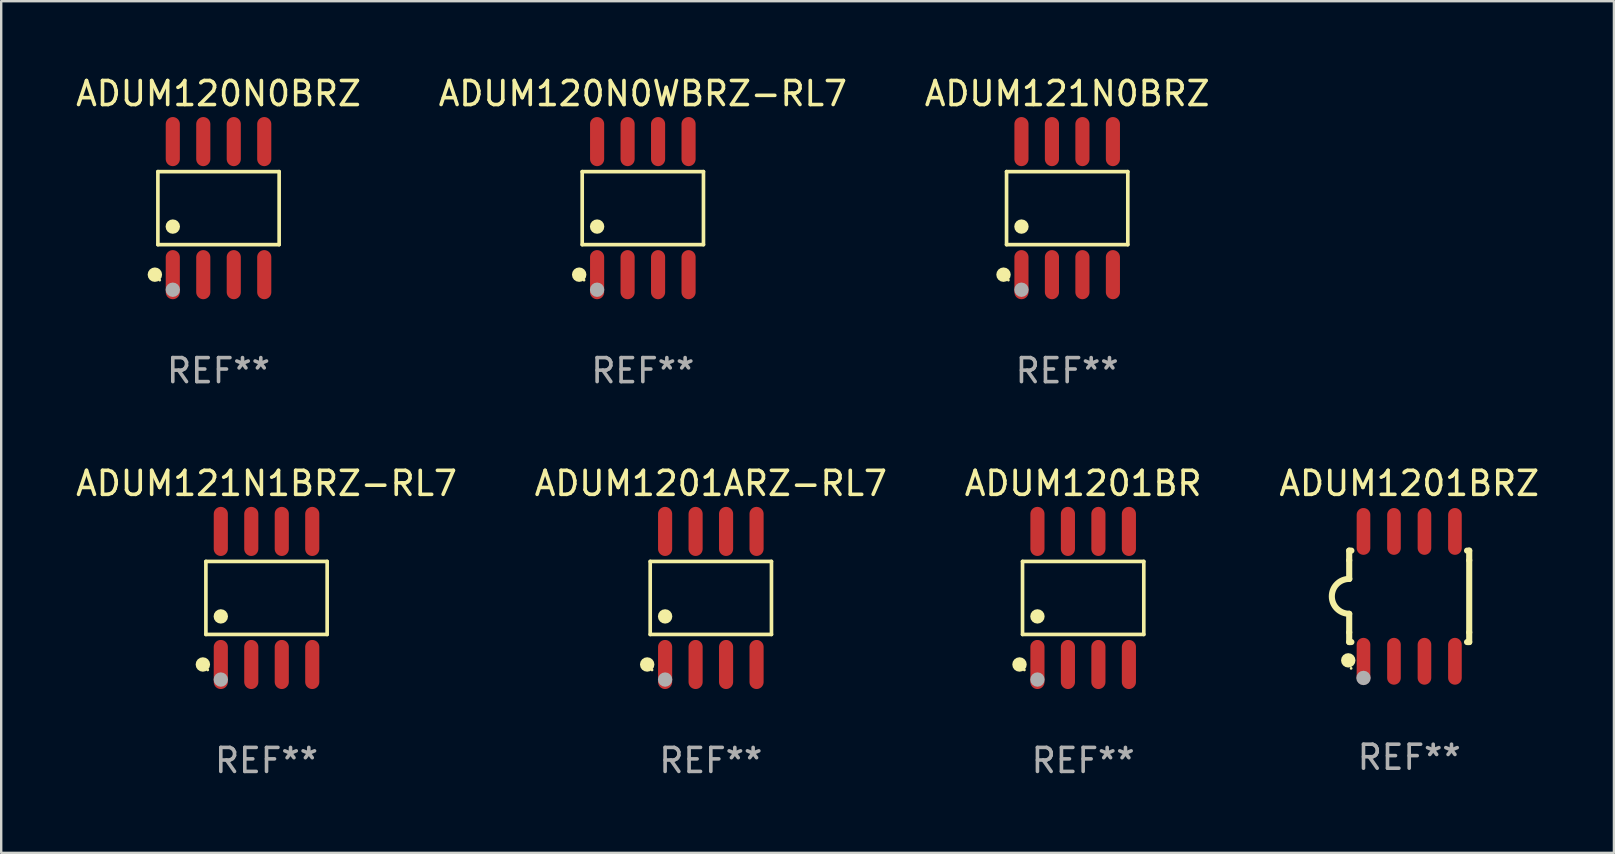
<source format=kicad_pcb>
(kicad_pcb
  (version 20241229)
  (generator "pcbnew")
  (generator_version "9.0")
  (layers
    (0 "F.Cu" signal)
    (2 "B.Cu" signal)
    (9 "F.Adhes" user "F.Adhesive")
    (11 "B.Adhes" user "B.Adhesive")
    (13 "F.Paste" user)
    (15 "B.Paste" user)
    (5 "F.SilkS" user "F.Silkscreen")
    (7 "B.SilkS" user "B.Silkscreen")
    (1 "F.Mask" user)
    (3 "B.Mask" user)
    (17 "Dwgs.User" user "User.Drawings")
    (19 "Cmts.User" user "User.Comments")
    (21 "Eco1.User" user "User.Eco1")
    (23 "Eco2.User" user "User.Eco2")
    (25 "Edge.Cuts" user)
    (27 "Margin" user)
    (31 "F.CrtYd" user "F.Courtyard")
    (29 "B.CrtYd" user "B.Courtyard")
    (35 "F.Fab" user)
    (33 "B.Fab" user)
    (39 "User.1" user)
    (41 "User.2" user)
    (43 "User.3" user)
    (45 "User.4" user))
  (footprint "ADUM120N0WBRZ-RL7"
    (layer "F.Cu")
    (at 23.732 5.621)
    (property "Reference" "ADUM120N0WBRZ-RL7" (at 0 -4.772 0) (layer "F.SilkS") (effects (font (size 1 1) (thickness 0.15))))
    (attr through_hole)
    (fp_line (start -2.526 -1.521) (end 2.526 -1.521) (stroke (width 0.152) (type solid)) (layer "F.SilkS"))
    (fp_line (start -2.526 1.521) (end -2.526 -1.521) (stroke (width 0.152) (type solid)) (layer "F.SilkS"))
    (fp_line (start 2.526 -1.521) (end 2.526 1.521) (stroke (width 0.152) (type solid)) (layer "F.SilkS"))
    (fp_line (start 2.526 1.521) (end -2.526 1.521) (stroke (width 0.152) (type solid)) (layer "F.SilkS"))
    (fp_circle (center -2.652 2.772) (end -2.501 2.772) (stroke (width 0.3) (type solid)) (fill no) (layer "F.SilkS"))
    (fp_circle (center -2.45 3) (end -2.42 3) (stroke (width 0.06) (type solid)) (fill no) (layer "F.SilkS"))
    (fp_circle (center -1.905 0.769) (end -1.755 0.769) (stroke (width 0.3) (type solid)) (fill no) (layer "F.SilkS"))
    (fp_circle (center -1.905 3.4) (end -1.755 3.4) (stroke (width 0.3) (type solid)) (fill no) (layer "F.Fab"))
    (fp_text user "REF**" (at 0 6.772 0) (layer "F.Fab") (effects (font (size 1 1) (thickness 0.15))))
    (pad "1" smd oval (at -1.905 2.772) (size 0.588 2.045) (layers "F.Cu" "F.Mask" "F.Paste"))
    (pad "2" smd oval (at -0.635 2.772) (size 0.588 2.045) (layers "F.Cu" "F.Mask" "F.Paste"))
    (pad "3" smd oval (at 0.635 2.772) (size 0.588 2.045) (layers "F.Cu" "F.Mask" "F.Paste"))
    (pad "4" smd oval (at 1.905 2.772) (size 0.588 2.045) (layers "F.Cu" "F.Mask" "F.Paste"))
    (pad "5" smd oval (at 1.905 -2.772) (size 0.588 2.045) (layers "F.Cu" "F.Mask" "F.Paste"))
    (pad "6" smd oval (at 0.635 -2.772) (size 0.588 2.045) (layers "F.Cu" "F.Mask" "F.Paste"))
    (pad "7" smd oval (at -0.635 -2.772) (size 0.588 2.045) (layers "F.Cu" "F.Mask" "F.Paste"))
    (pad "8" smd oval (at -1.905 -2.772) (size 0.588 2.045) (layers "F.Cu" "F.Mask" "F.Paste")))
  (footprint "ADUM121N0BRZ"
    (layer "F.Cu")
    (at 41.411 5.621)
    (property "Reference" "ADUM121N0BRZ" (at 0 -4.772 0) (layer "F.SilkS") (effects (font (size 1 1) (thickness 0.15))))
    (attr through_hole)
    (fp_line (start -2.526 -1.521) (end 2.526 -1.521) (stroke (width 0.152) (type solid)) (layer "F.SilkS"))
    (fp_line (start -2.526 1.521) (end -2.526 -1.521) (stroke (width 0.152) (type solid)) (layer "F.SilkS"))
    (fp_line (start 2.526 -1.521) (end 2.526 1.521) (stroke (width 0.152) (type solid)) (layer "F.SilkS"))
    (fp_line (start 2.526 1.521) (end -2.526 1.521) (stroke (width 0.152) (type solid)) (layer "F.SilkS"))
    (fp_circle (center -2.652 2.772) (end -2.501 2.772) (stroke (width 0.3) (type solid)) (fill no) (layer "F.SilkS"))
    (fp_circle (center -2.45 3) (end -2.42 3) (stroke (width 0.06) (type solid)) (fill no) (layer "F.SilkS"))
    (fp_circle (center -1.905 0.769) (end -1.755 0.769) (stroke (width 0.3) (type solid)) (fill no) (layer "F.SilkS"))
    (fp_circle (center -1.905 3.4) (end -1.755 3.4) (stroke (width 0.3) (type solid)) (fill no) (layer "F.Fab"))
    (fp_text user "REF**" (at 0 6.772 0) (layer "F.Fab") (effects (font (size 1 1) (thickness 0.15))))
    (pad "1" smd oval (at -1.905 2.772) (size 0.588 2.045) (layers "F.Cu" "F.Mask" "F.Paste"))
    (pad "2" smd oval (at -0.635 2.772) (size 0.588 2.045) (layers "F.Cu" "F.Mask" "F.Paste"))
    (pad "3" smd oval (at 0.635 2.772) (size 0.588 2.045) (layers "F.Cu" "F.Mask" "F.Paste"))
    (pad "4" smd oval (at 1.905 2.772) (size 0.588 2.045) (layers "F.Cu" "F.Mask" "F.Paste"))
    (pad "5" smd oval (at 1.905 -2.772) (size 0.588 2.045) (layers "F.Cu" "F.Mask" "F.Paste"))
    (pad "6" smd oval (at 0.635 -2.772) (size 0.588 2.045) (layers "F.Cu" "F.Mask" "F.Paste"))
    (pad "7" smd oval (at -0.635 -2.772) (size 0.588 2.045) (layers "F.Cu" "F.Mask" "F.Paste"))
    (pad "8" smd oval (at -1.905 -2.772) (size 0.588 2.045) (layers "F.Cu" "F.Mask" "F.Paste")))
  (footprint "ADUM1201ARZ-RL7"
    (layer "F.Cu")
    (at 26.565 21.862)
    (property "Reference" "ADUM1201ARZ-RL7" (at 0 -4.772 0) (layer "F.SilkS") (effects (font (size 1 1) (thickness 0.15))))
    (attr through_hole)
    (fp_line (start -2.526 -1.521) (end 2.526 -1.521) (stroke (width 0.152) (type solid)) (layer "F.SilkS"))
    (fp_line (start -2.526 1.521) (end -2.526 -1.521) (stroke (width 0.152) (type solid)) (layer "F.SilkS"))
    (fp_line (start 2.526 -1.521) (end 2.526 1.521) (stroke (width 0.152) (type solid)) (layer "F.SilkS"))
    (fp_line (start 2.526 1.521) (end -2.526 1.521) (stroke (width 0.152) (type solid)) (layer "F.SilkS"))
    (fp_circle (center -2.652 2.772) (end -2.501 2.772) (stroke (width 0.3) (type solid)) (fill no) (layer "F.SilkS"))
    (fp_circle (center -2.45 3) (end -2.42 3) (stroke (width 0.06) (type solid)) (fill no) (layer "F.SilkS"))
    (fp_circle (center -1.905 0.769) (end -1.755 0.769) (stroke (width 0.3) (type solid)) (fill no) (layer "F.SilkS"))
    (fp_circle (center -1.905 3.4) (end -1.755 3.4) (stroke (width 0.3) (type solid)) (fill no) (layer "F.Fab"))
    (fp_text user "REF**" (at 0 6.772 0) (layer "F.Fab") (effects (font (size 1 1) (thickness 0.15))))
    (pad "1" smd oval (at -1.905 2.772) (size 0.588 2.045) (layers "F.Cu" "F.Mask" "F.Paste"))
    (pad "2" smd oval (at -0.635 2.772) (size 0.588 2.045) (layers "F.Cu" "F.Mask" "F.Paste"))
    (pad "3" smd oval (at 0.635 2.772) (size 0.588 2.045) (layers "F.Cu" "F.Mask" "F.Paste"))
    (pad "4" smd oval (at 1.905 2.772) (size 0.588 2.045) (layers "F.Cu" "F.Mask" "F.Paste"))
    (pad "5" smd oval (at 1.905 -2.772) (size 0.588 2.045) (layers "F.Cu" "F.Mask" "F.Paste"))
    (pad "6" smd oval (at 0.635 -2.772) (size 0.588 2.045) (layers "F.Cu" "F.Mask" "F.Paste"))
    (pad "7" smd oval (at -0.635 -2.772) (size 0.588 2.045) (layers "F.Cu" "F.Mask" "F.Paste"))
    (pad "8" smd oval (at -1.905 -2.772) (size 0.588 2.045) (layers "F.Cu" "F.Mask" "F.Paste")))
  (footprint "ADUM1201BR"
    (layer "F.Cu")
    (at 42.077 21.862)
    (property "Reference" "ADUM1201BR" (at 0 -4.772 0) (layer "F.SilkS") (effects (font (size 1 1) (thickness 0.15))))
    (attr through_hole)
    (fp_line (start -2.526 -1.521) (end 2.526 -1.521) (stroke (width 0.152) (type solid)) (layer "F.SilkS"))
    (fp_line (start -2.526 1.521) (end -2.526 -1.521) (stroke (width 0.152) (type solid)) (layer "F.SilkS"))
    (fp_line (start 2.526 -1.521) (end 2.526 1.521) (stroke (width 0.152) (type solid)) (layer "F.SilkS"))
    (fp_line (start 2.526 1.521) (end -2.526 1.521) (stroke (width 0.152) (type solid)) (layer "F.SilkS"))
    (fp_circle (center -2.652 2.772) (end -2.501 2.772) (stroke (width 0.3) (type solid)) (fill no) (layer "F.SilkS"))
    (fp_circle (center -2.45 3) (end -2.42 3) (stroke (width 0.06) (type solid)) (fill no) (layer "F.SilkS"))
    (fp_circle (center -1.905 0.769) (end -1.755 0.769) (stroke (width 0.3) (type solid)) (fill no) (layer "F.SilkS"))
    (fp_circle (center -1.905 3.4) (end -1.755 3.4) (stroke (width 0.3) (type solid)) (fill no) (layer "F.Fab"))
    (fp_text user "REF**" (at 0 6.772 0) (layer "F.Fab") (effects (font (size 1 1) (thickness 0.15))))
    (pad "1" smd oval (at -1.905 2.772) (size 0.588 2.045) (layers "F.Cu" "F.Mask" "F.Paste"))
    (pad "2" smd oval (at -0.635 2.772) (size 0.588 2.045) (layers "F.Cu" "F.Mask" "F.Paste"))
    (pad "3" smd oval (at 0.635 2.772) (size 0.588 2.045) (layers "F.Cu" "F.Mask" "F.Paste"))
    (pad "4" smd oval (at 1.905 2.772) (size 0.588 2.045) (layers "F.Cu" "F.Mask" "F.Paste"))
    (pad "5" smd oval (at 1.905 -2.772) (size 0.588 2.045) (layers "F.Cu" "F.Mask" "F.Paste"))
    (pad "6" smd oval (at 0.635 -2.772) (size 0.588 2.045) (layers "F.Cu" "F.Mask" "F.Paste"))
    (pad "7" smd oval (at -0.635 -2.772) (size 0.588 2.045) (layers "F.Cu" "F.Mask" "F.Paste"))
    (pad "8" smd oval (at -1.905 -2.772) (size 0.588 2.045) (layers "F.Cu" "F.Mask" "F.Paste")))
  (footprint "ADUM120N0BRZ"
    (layer "F.Cu")
    (at 6.054 5.621)
    (property "Reference" "ADUM120N0BRZ" (at 0 -4.772 0) (layer "F.SilkS") (effects (font (size 1 1) (thickness 0.15))))
    (attr through_hole)
    (fp_line (start -2.526 -1.521) (end 2.526 -1.521) (stroke (width 0.152) (type solid)) (layer "F.SilkS"))
    (fp_line (start -2.526 1.521) (end -2.526 -1.521) (stroke (width 0.152) (type solid)) (layer "F.SilkS"))
    (fp_line (start 2.526 -1.521) (end 2.526 1.521) (stroke (width 0.152) (type solid)) (layer "F.SilkS"))
    (fp_line (start 2.526 1.521) (end -2.526 1.521) (stroke (width 0.152) (type solid)) (layer "F.SilkS"))
    (fp_circle (center -2.652 2.772) (end -2.501 2.772) (stroke (width 0.3) (type solid)) (fill no) (layer "F.SilkS"))
    (fp_circle (center -2.45 3) (end -2.42 3) (stroke (width 0.06) (type solid)) (fill no) (layer "F.SilkS"))
    (fp_circle (center -1.905 0.769) (end -1.755 0.769) (stroke (width 0.3) (type solid)) (fill no) (layer "F.SilkS"))
    (fp_circle (center -1.905 3.4) (end -1.755 3.4) (stroke (width 0.3) (type solid)) (fill no) (layer "F.Fab"))
    (fp_text user "REF**" (at 0 6.772 0) (layer "F.Fab") (effects (font (size 1 1) (thickness 0.15))))
    (pad "1" smd oval (at -1.905 2.772) (size 0.588 2.045) (layers "F.Cu" "F.Mask" "F.Paste"))
    (pad "2" smd oval (at -0.635 2.772) (size 0.588 2.045) (layers "F.Cu" "F.Mask" "F.Paste"))
    (pad "3" smd oval (at 0.635 2.772) (size 0.588 2.045) (layers "F.Cu" "F.Mask" "F.Paste"))
    (pad "4" smd oval (at 1.905 2.772) (size 0.588 2.045) (layers "F.Cu" "F.Mask" "F.Paste"))
    (pad "5" smd oval (at 1.905 -2.772) (size 0.588 2.045) (layers "F.Cu" "F.Mask" "F.Paste"))
    (pad "6" smd oval (at 0.635 -2.772) (size 0.588 2.045) (layers "F.Cu" "F.Mask" "F.Paste"))
    (pad "7" smd oval (at -0.635 -2.772) (size 0.588 2.045) (layers "F.Cu" "F.Mask" "F.Paste"))
    (pad "8" smd oval (at -1.905 -2.772) (size 0.588 2.045) (layers "F.Cu" "F.Mask" "F.Paste")))
  (footprint "ADUM121N1BRZ-RL7"
    (layer "F.Cu")
    (at 8.054 21.862)
    (property "Reference" "ADUM121N1BRZ-RL7" (at 0 -4.772 0) (layer "F.SilkS") (effects (font (size 1 1) (thickness 0.15))))
    (attr through_hole)
    (fp_line (start -2.526 -1.521) (end 2.526 -1.521) (stroke (width 0.152) (type solid)) (layer "F.SilkS"))
    (fp_line (start -2.526 1.521) (end -2.526 -1.521) (stroke (width 0.152) (type solid)) (layer "F.SilkS"))
    (fp_line (start 2.526 -1.521) (end 2.526 1.521) (stroke (width 0.152) (type solid)) (layer "F.SilkS"))
    (fp_line (start 2.526 1.521) (end -2.526 1.521) (stroke (width 0.152) (type solid)) (layer "F.SilkS"))
    (fp_circle (center -2.652 2.772) (end -2.501 2.772) (stroke (width 0.3) (type solid)) (fill no) (layer "F.SilkS"))
    (fp_circle (center -2.45 3) (end -2.42 3) (stroke (width 0.06) (type solid)) (fill no) (layer "F.SilkS"))
    (fp_circle (center -1.905 0.769) (end -1.755 0.769) (stroke (width 0.3) (type solid)) (fill no) (layer "F.SilkS"))
    (fp_circle (center -1.905 3.4) (end -1.755 3.4) (stroke (width 0.3) (type solid)) (fill no) (layer "F.Fab"))
    (fp_text user "REF**" (at 0 6.772 0) (layer "F.Fab") (effects (font (size 1 1) (thickness 0.15))))
    (pad "1" smd oval (at -1.905 2.772) (size 0.588 2.045) (layers "F.Cu" "F.Mask" "F.Paste"))
    (pad "2" smd oval (at -0.635 2.772) (size 0.588 2.045) (layers "F.Cu" "F.Mask" "F.Paste"))
    (pad "3" smd oval (at 0.635 2.772) (size 0.588 2.045) (layers "F.Cu" "F.Mask" "F.Paste"))
    (pad "4" smd oval (at 1.905 2.772) (size 0.588 2.045) (layers "F.Cu" "F.Mask" "F.Paste"))
    (pad "5" smd oval (at 1.905 -2.772) (size 0.588 2.045) (layers "F.Cu" "F.Mask" "F.Paste"))
    (pad "6" smd oval (at 0.635 -2.772) (size 0.588 2.045) (layers "F.Cu" "F.Mask" "F.Paste"))
    (pad "7" smd oval (at -0.635 -2.772) (size 0.588 2.045) (layers "F.Cu" "F.Mask" "F.Paste"))
    (pad "8" smd oval (at -1.905 -2.772) (size 0.588 2.045) (layers "F.Cu" "F.Mask" "F.Paste")))
  (footprint "ADUM1201BRZ"
    (layer "F.Cu")
    (at 55.661 21.795)
    (property "Reference" "ADUM1201BRZ" (at 0 -4.705 0) (layer "F.SilkS") (effects (font (size 1 1) (thickness 0.15))))
    (attr through_hole)
    (fp_line (start -2.5 -1.905) (end -2.409 -1.905) (stroke (width 0.254) (type solid)) (layer "F.SilkS"))
    (fp_line (start -2.5 -1.5) (end -2.5 -1.905) (stroke (width 0.254) (type solid)) (layer "F.SilkS"))
    (fp_line (start -2.5 -1.5) (end -2.5 -0.726) (stroke (width 0.254) (type solid)) (layer "F.SilkS"))
    (fp_line (start -2.5 1.5) (end -2.5 0.727) (stroke (width 0.254) (type solid)) (layer "F.SilkS"))
    (fp_line (start -2.5 1.5) (end -2.5 1.905) (stroke (width 0.254) (type solid)) (layer "F.SilkS"))
    (fp_line (start -2.5 1.905) (end -2.409 1.905) (stroke (width 0.254) (type solid)) (layer "F.SilkS"))
    (fp_line (start 2.5 -1.905) (end 2.409 -1.905) (stroke (width 0.254) (type solid)) (layer "F.SilkS"))
    (fp_line (start 2.5 -1.5) (end 2.5 -1.905) (stroke (width 0.254) (type solid)) (layer "F.SilkS"))
    (fp_line (start 2.5 -1.5) (end 2.5 1.5) (stroke (width 0.254) (type solid)) (layer "F.SilkS"))
    (fp_line (start 2.5 1.5) (end 2.5 1.905) (stroke (width 0.254) (type solid)) (layer "F.SilkS"))
    (fp_line (start 2.5 1.905) (end 2.409 1.905) (stroke (width 0.254) (type solid)) (layer "F.SilkS"))
    (fp_arc (start -2.5 0.726568) (mid -3.220316 -0.0023) (end -2.495097 -0.726289) (stroke (width 0.254001) (type solid)) (layer "F.SilkS"))
    (fp_circle (center -2.54 2.667) (end -2.39 2.667) (stroke (width 0.3) (type solid)) (fill no) (layer "F.SilkS"))
    (fp_circle (center -2.42 3) (end -2.39 3) (stroke (width 0.06) (type solid)) (fill no) (layer "F.SilkS"))
    (fp_circle (center -1.905 3.4) (end -1.755 3.4) (stroke (width 0.3) (type solid)) (fill no) (layer "F.Fab"))
    (fp_text user "REF**" (at 0 6.705 0) (layer "F.Fab") (effects (font (size 1 1) (thickness 0.15))))
    (pad "1" smd oval (at -1.905 2.705) (size 0.568 1.95) (layers "F.Cu" "F.Mask" "F.Paste"))
    (pad "2" smd oval (at -0.635 2.705) (size 0.568 1.95) (layers "F.Cu" "F.Mask" "F.Paste"))
    (pad "3" smd oval (at 0.635 2.705) (size 0.568 1.95) (layers "F.Cu" "F.Mask" "F.Paste"))
    (pad "4" smd oval (at 1.905 2.705) (size 0.568 1.95) (layers "F.Cu" "F.Mask" "F.Paste"))
    (pad "5" smd oval (at 1.905 -2.705) (size 0.568 1.95) (layers "F.Cu" "F.Mask" "F.Paste"))
    (pad "6" smd oval (at 0.635 -2.705) (size 0.568 1.95) (layers "F.Cu" "F.Mask" "F.Paste"))
    (pad "7" smd oval (at -0.635 -2.705) (size 0.568 1.95) (layers "F.Cu" "F.Mask" "F.Paste"))
    (pad "8" smd oval (at -1.905 -2.705) (size 0.568 1.95) (layers "F.Cu" "F.Mask" "F.Paste")))
  (gr_rect
    (start -3 -3)
    (end 64.19 32.483)
    (stroke (width 0.1) (type default))
    (fill no)
    (layer "Edge.Cuts")))
</source>
